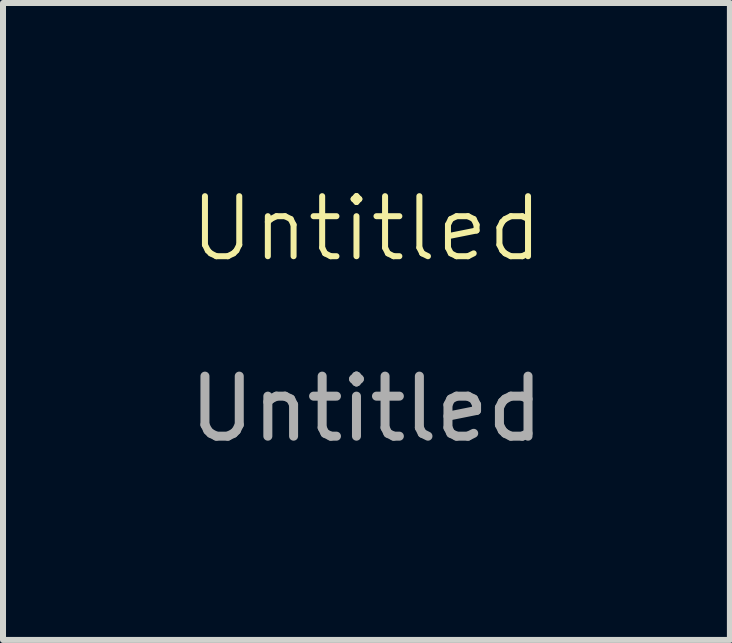
<source format=kicad_pcb>
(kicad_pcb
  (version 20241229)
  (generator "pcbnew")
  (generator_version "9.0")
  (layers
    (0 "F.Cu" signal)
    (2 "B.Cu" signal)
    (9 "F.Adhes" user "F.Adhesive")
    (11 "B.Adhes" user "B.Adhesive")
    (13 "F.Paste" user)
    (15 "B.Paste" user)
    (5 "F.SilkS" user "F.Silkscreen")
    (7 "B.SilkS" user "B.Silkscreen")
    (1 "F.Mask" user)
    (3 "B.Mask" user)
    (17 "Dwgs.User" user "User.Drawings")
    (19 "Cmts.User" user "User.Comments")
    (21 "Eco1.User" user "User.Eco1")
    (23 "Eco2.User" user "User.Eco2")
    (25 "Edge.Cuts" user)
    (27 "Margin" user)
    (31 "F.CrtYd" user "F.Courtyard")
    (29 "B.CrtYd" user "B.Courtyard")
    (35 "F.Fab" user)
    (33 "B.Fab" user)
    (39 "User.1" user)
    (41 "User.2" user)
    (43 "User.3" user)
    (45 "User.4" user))
  (footprint "Untitled"
    (layer "F.Cu")
    (at 3.054 1.26)
    (property "Reference" "Untitled" (at 0 -0.5 0) (unlocked yes) (layer "F.SilkS") (effects (font (size 1 1) (thickness 0.1))))
    (attr exclude_from_pos_files exclude_from_bom)
    (fp_text user "${REFERENCE}" (at 0 2.5 0) (unlocked yes) (layer "F.Fab") (effects (font (size 1 1) (thickness 0.15)))))
  (gr_rect
    (start -3 -3)
    (end 9.107 7.609)
    (stroke (width 0.1) (type default))
    (fill no)
    (layer "Edge.Cuts")))
</source>
